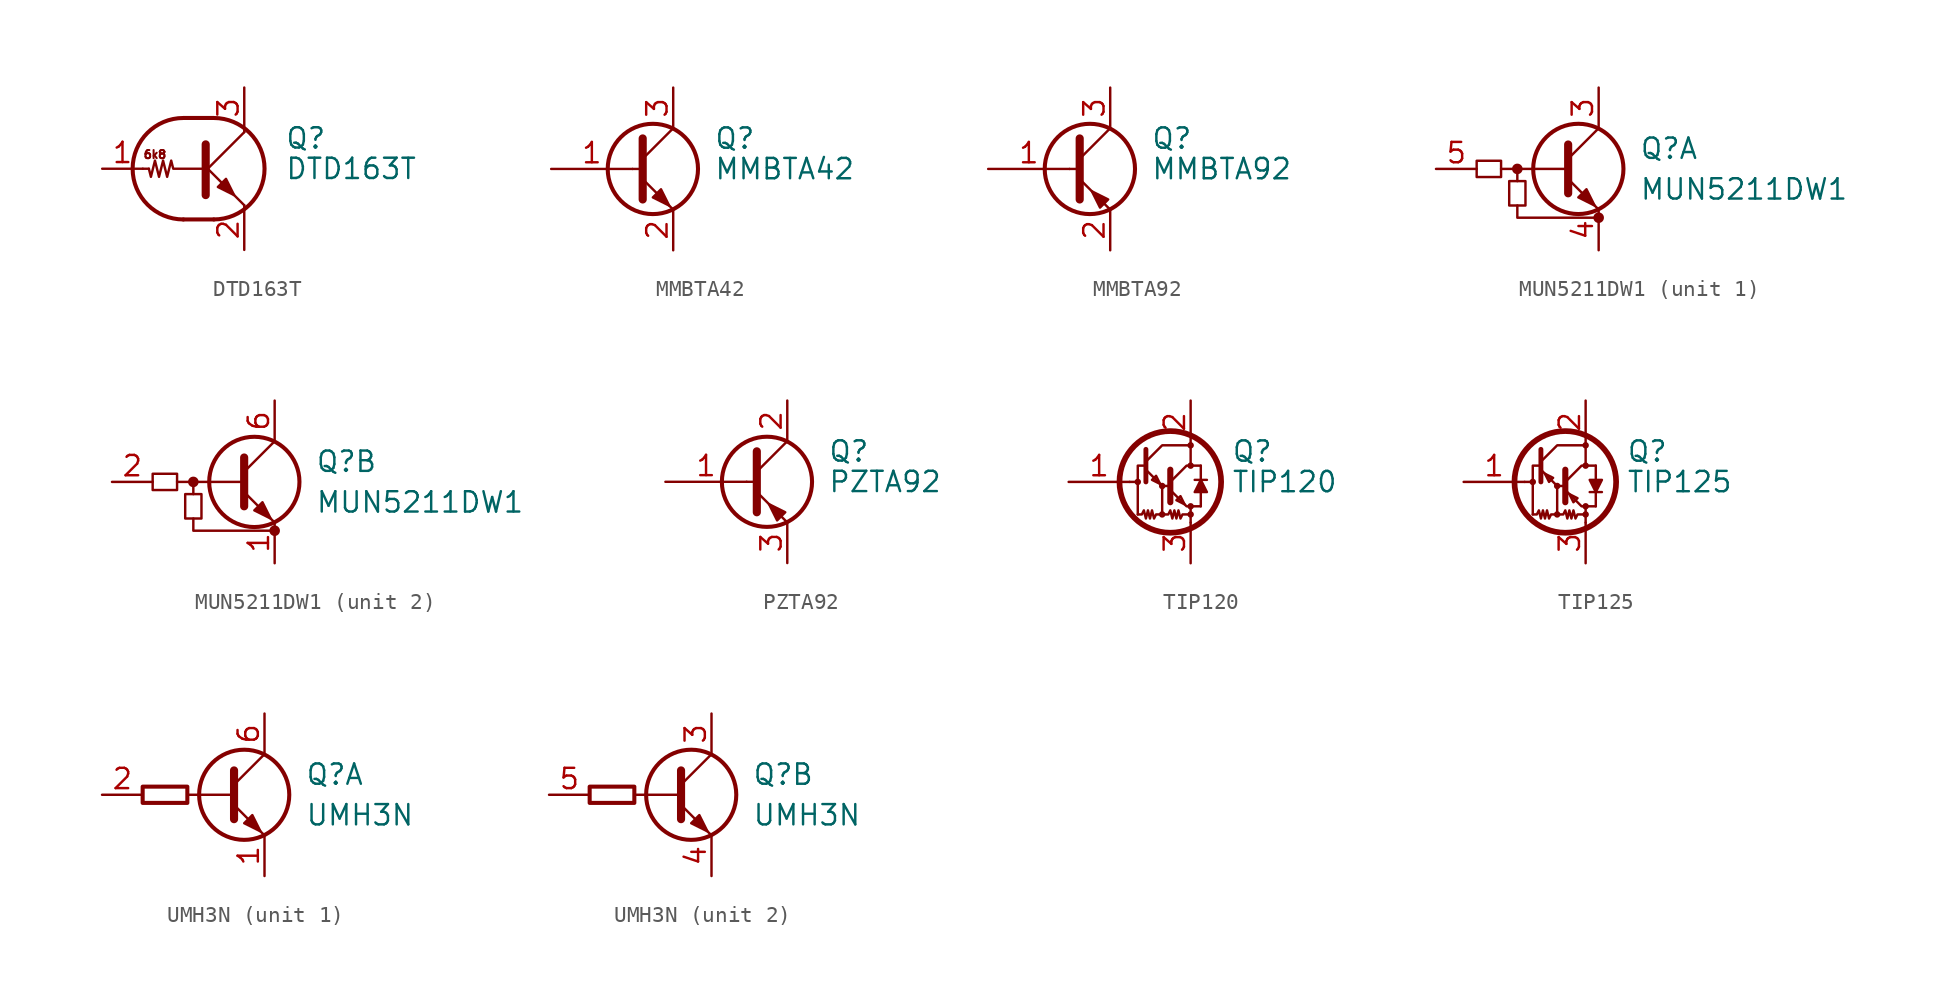
<source format=kicad_sym>
(kicad_symbol_lib
  (version 20201005)
  (generator kicad_symbol_editor)
  (symbol "DTD163T"
    (pin_names
      (offset 0) hide)
    (property "Reference" "Q"
      (at 5.08 1.905 0)
      (effects (font (size 1.27 1.27)) (justify left)))
    (property "Value" "DTD163T"
      (at 5.08 0 0)
      (effects (font (size 1.27 1.27)) (justify left)))
    (symbol "DTD163T_0_0"
      (text "6k8" (at -3.048 0.889 0) (effects (font (size 0.508 0.508))))
      (polyline (pts (xy 2.54 -2.286) (xy 2.54 -2.54)) (stroke (width 0)) (fill (type none))))
    (symbol "DTD163T_0_1"
      (arc (start -1.27 3.175) (end -1.27 -3.175) (radius (at -1.27 0) (length 3.175) (angles 90.1 -90.1)) (stroke (width 0.254)) (fill (type none)))
      (arc (start 0.635 -3.175) (end 0.635 3.175) (radius (at 0.635 0) (length 3.175) (angles -89.9 89.9)) (stroke (width 0.254)) (fill (type none)))
      (polyline (pts (xy -3.429 0) (xy -3.81 0)) (stroke (width 0)) (fill (type none)))
      (polyline (pts (xy -1.27 -3.175) (xy 0.635 -3.175)) (stroke (width 0.254)) (fill (type none)))
      (polyline (pts (xy -1.27 3.175) (xy 0.635 3.175)) (stroke (width 0.254)) (fill (type none)))
      (polyline (pts (xy 0 -0.254) (xy 2.54 2.286)) (stroke (width 0)) (fill (type none)))
      (polyline (pts (xy 2.54 2.286) (xy 2.54 2.54)) (stroke (width 0)) (fill (type none)))
      (polyline (pts (xy 2.54 -2.286) (xy 0 0.254) (xy 0 0.254)) (stroke (width 0)) (fill (type none)))
      (polyline (pts (xy 0 0) (xy -1.905 0) (xy -2.032 0.508) (xy -2.286 -0.508) (xy -2.54 0.508) (xy -2.794 -0.508) (xy -3.048 0.508) (xy -3.302 -0.508) (xy -3.429 0)) (stroke (width 0)) (fill (type none)))
      (polyline (pts (xy 0.127 1.524) (xy 0.127 -1.651)) (stroke (width 0.508)) (fill (type outline)))
      (polyline (pts (xy 0.889 -1.143) (xy 1.397 -0.635) (xy 1.905 -1.651) (xy 0.889 -1.143)) (stroke (width 0)) (fill (type outline))))
    (symbol "DTD163T_1_1"
      (pin input line (at -6.35 0 0) (length 2.54) (name "B" (effects (font (size 1.27 1.27)))) (number "1" (effects (font (size 1.27 1.27)))))
      (pin passive line (at 2.54 -5.08 90) (length 2.54) (name "E" (effects (font (size 1.27 1.27)))) (number "2" (effects (font (size 1.27 1.27)))))
      (pin passive line (at 2.54 5.08 270) (length 2.54) (name "C" (effects (font (size 1.27 1.27)))) (number "3" (effects (font (size 1.27 1.27)))))))
  (symbol "MMBTA42"
    (pin_names
      (offset 0) hide)
    (property "Reference" "Q"
      (at 5.08 1.905 0)
      (effects (font (size 1.27 1.27)) (justify left)))
    (property "Value" "MMBTA42"
      (at 5.08 0 0)
      (effects (font (size 1.27 1.27)) (justify left)))
    (symbol "MMBTA42_0_1"
      (circle (center 1.27 0) (radius 2.819) (stroke (width 0.254)) (fill (type none)))
      (polyline (pts (xy 0 0) (xy 0.635 0)) (stroke (width 0)) (fill (type none)))
      (polyline (pts (xy 0.635 0.635) (xy 2.54 2.54)) (stroke (width 0)) (fill (type none)))
      (polyline (pts (xy 0.635 -0.635) (xy 2.54 -2.54) (xy 2.54 -2.54)) (stroke (width 0)) (fill (type none)))
      (polyline (pts (xy 0.635 1.905) (xy 0.635 -1.905) (xy 0.635 -1.905)) (stroke (width 0.508)) (fill (type none)))
      (polyline (pts (xy 1.27 -1.778) (xy 1.778 -1.27) (xy 2.286 -2.286) (xy 1.27 -1.778) (xy 1.27 -1.778)) (stroke (width 0)) (fill (type outline))))
    (symbol "MMBTA42_1_1"
      (pin input line (at -5.08 0 0) (length 5.08) (name "B" (effects (font (size 1.27 1.27)))) (number "1" (effects (font (size 1.27 1.27)))))
      (pin passive line (at 2.54 -5.08 90) (length 2.54) (name "E" (effects (font (size 1.27 1.27)))) (number "2" (effects (font (size 1.27 1.27)))))
      (pin passive line (at 2.54 5.08 270) (length 2.54) (name "C" (effects (font (size 1.27 1.27)))) (number "3" (effects (font (size 1.27 1.27)))))))
  (symbol "MMBTA92"
    (pin_names
      (offset 0) hide)
    (property "Reference" "Q"
      (at 5.08 1.905 0)
      (effects (font (size 1.27 1.27)) (justify left)))
    (property "Value" "MMBTA92"
      (at 5.08 0 0)
      (effects (font (size 1.27 1.27)) (justify left)))
    (symbol "MMBTA92_0_1"
      (circle (center 1.27 0) (radius 2.819) (stroke (width 0.254)) (fill (type none)))
      (polyline (pts (xy 0 0) (xy 0.635 0)) (stroke (width 0)) (fill (type none)))
      (polyline (pts (xy 2.54 -2.54) (xy 0.635 -0.635)) (stroke (width 0)) (fill (type none)))
      (polyline (pts (xy 2.54 2.54) (xy 0.635 0.635)) (stroke (width 0)) (fill (type none)))
      (polyline (pts (xy 0.635 1.905) (xy 0.635 -1.905) (xy 0.635 -1.905)) (stroke (width 0.508)) (fill (type outline)))
      (polyline (pts (xy 1.905 -2.413) (xy 2.413 -1.905) (xy 1.397 -1.397) (xy 1.905 -2.413) (xy 1.905 -2.413)) (stroke (width 0)) (fill (type outline))))
    (symbol "MMBTA92_1_1"
      (pin input line (at -5.08 0 0) (length 5.08) (name "B" (effects (font (size 1.27 1.27)))) (number "1" (effects (font (size 1.27 1.27)))))
      (pin passive line (at 2.54 -5.08 90) (length 2.54) (name "E" (effects (font (size 1.27 1.27)))) (number "2" (effects (font (size 1.27 1.27)))))
      (pin passive line (at 2.54 5.08 270) (length 2.54) (name "C" (effects (font (size 1.27 1.27)))) (number "3" (effects (font (size 1.27 1.27)))))))
  (symbol "MUN5211DW1"
    (pin_names hide)
    (property "Reference" "Q"
      (at 3.81 1.27 0)
      (effects (font (size 1.27 1.27)) (justify left)))
    (property "Value" "MUN5211DW1"
      (at 3.81 -1.27 0)
      (effects (font (size 1.27 1.27)) (justify left)))
    (symbol "MUN5211DW1_0_1"
      (circle (center -3.81 0) (radius 0.254) (stroke (width 0)) (fill (type outline)))
      (circle (center 1.27 -3.048) (radius 0.254) (stroke (width 0)) (fill (type outline)))
      (rectangle (start -6.35 0.508) (end -4.826 -0.508) (stroke (width 0)) (fill (type none)))
      (rectangle (start -4.318 -2.286) (end -3.302 -0.762) (stroke (width 0)) (fill (type none)))
      (polyline (pts (xy -3.81 -0.762) (xy -3.81 0)) (stroke (width 0)) (fill (type none)))
      (polyline (pts (xy -0.762 0) (xy -4.826 0)) (stroke (width 0)) (fill (type none)))
      (polyline (pts (xy -0.635 1.524) (xy -0.635 -1.524)) (stroke (width 0.508)) (fill (type none)))
      (polyline (pts (xy -3.81 -2.286) (xy -3.81 -3.048) (xy 1.27 -3.048)) (stroke (width 0)) (fill (type none))))
    (symbol "MUN5211DW1_1_1"
      (circle (center 0 0) (radius 2.819) (stroke (width 0.254)) (fill (type none)))
      (polyline (pts (xy -0.635 0.635) (xy 1.27 2.54)) (stroke (width 0)) (fill (type none)))
      (polyline (pts (xy -0.635 -0.635) (xy 1.27 -2.54) (xy 1.27 -2.54)) (stroke (width 0)) (fill (type none)))
      (polyline (pts (xy 0 -1.778) (xy 0.508 -1.27) (xy 1.016 -2.286) (xy 0 -1.778) (xy 0 -1.778)) (stroke (width 0)) (fill (type outline)))
      (pin passive line (at 1.27 5.08 270) (length 2.54) (name "C1" (effects (font (size 1.27 1.27)))) (number "3" (effects (font (size 1.27 1.27)))))
      (pin passive line (at 1.27 -5.08 90) (length 2.54) (name "E1" (effects (font (size 1.27 1.27)))) (number "4" (effects (font (size 1.27 1.27)))))
      (pin input line (at -8.89 0 0) (length 2.54) (name "B1" (effects (font (size 1.27 1.27)))) (number "5" (effects (font (size 1.27 1.27))))))
    (symbol "MUN5211DW1_2_1"
      (circle (center 0 0) (radius 2.819) (stroke (width 0.254)) (fill (type none)))
      (polyline (pts (xy -0.635 0.635) (xy 1.27 2.54)) (stroke (width 0)) (fill (type none)))
      (polyline (pts (xy -0.635 -0.635) (xy 1.27 -2.54) (xy 1.27 -2.54)) (stroke (width 0)) (fill (type none)))
      (polyline (pts (xy 0 -1.778) (xy 0.508 -1.27) (xy 1.016 -2.286) (xy 0 -1.778) (xy 0 -1.778)) (stroke (width 0)) (fill (type outline)))
      (pin passive line (at 1.27 -5.08 90) (length 2.54) (name "E2" (effects (font (size 1.27 1.27)))) (number "1" (effects (font (size 1.27 1.27)))))
      (pin input line (at -8.89 0 0) (length 2.54) (name "B2" (effects (font (size 1.27 1.27)))) (number "2" (effects (font (size 1.27 1.27)))))
      (pin passive line (at 1.27 5.08 270) (length 2.54) (name "C2" (effects (font (size 1.27 1.27)))) (number "6" (effects (font (size 1.27 1.27)))))))
  (symbol "PZTA92"
    (pin_names
      (offset 0) hide)
    (property "Reference" "Q"
      (at 5.08 1.905 0)
      (effects (font (size 1.27 1.27)) (justify left)))
    (property "Value" "PZTA92"
      (at 5.08 0 0)
      (effects (font (size 1.27 1.27)) (justify left)))
    (symbol "PZTA92_0_1"
      (circle (center 1.27 0) (radius 2.819) (stroke (width 0.254)) (fill (type none)))
      (polyline (pts (xy 0 0) (xy 0.635 0)) (stroke (width 0)) (fill (type none)))
      (polyline (pts (xy 2.54 -2.54) (xy 0.635 -0.635)) (stroke (width 0)) (fill (type none)))
      (polyline (pts (xy 2.54 2.54) (xy 0.635 0.635)) (stroke (width 0)) (fill (type none)))
      (polyline (pts (xy 0.635 1.905) (xy 0.635 -1.905) (xy 0.635 -1.905)) (stroke (width 0.508)) (fill (type outline)))
      (polyline (pts (xy 1.905 -2.413) (xy 2.413 -1.905) (xy 1.397 -1.397) (xy 1.905 -2.413) (xy 1.905 -2.413)) (stroke (width 0)) (fill (type outline))))
    (symbol "PZTA92_1_1"
      (pin input line (at -5.08 0 0) (length 5.08) (name "B" (effects (font (size 1.27 1.27)))) (number "1" (effects (font (size 1.27 1.27)))))
      (pin passive line (at 2.54 5.08 270) (length 2.54) (name "C" (effects (font (size 1.27 1.27)))) (number "2" (effects (font (size 1.27 1.27)))))
      (pin passive line (at 2.54 -5.08 90) (length 2.54) (name "E" (effects (font (size 1.27 1.27)))) (number "3" (effects (font (size 1.27 1.27)))))))
  (symbol "TIP120"
    (pin_names
      (offset 0) hide)
    (property "Reference" "Q"
      (at 5.08 1.905 0)
      (effects (font (size 1.27 1.27)) (justify left)))
    (property "Value" "TIP120"
      (at 5.08 0 0)
      (effects (font (size 1.27 1.27)) (justify left)))
    (symbol "TIP120_0_1"
      (circle (center -0.762 0) (radius 0.127) (stroke (width 0)) (fill (type none)))
      (circle (center 0.762 -2.032) (radius 0.127) (stroke (width 0)) (fill (type none)))
      (circle (center 0.762 -0.254) (radius 0.127) (stroke (width 0)) (fill (type none)))
      (circle (center 1.27 0) (radius 3.175) (stroke (width 0.356)) (fill (type none)))
      (circle (center 2.54 -2.032) (radius 0.127) (stroke (width 0)) (fill (type none)))
      (circle (center 2.54 -1.524) (radius 0.127) (stroke (width 0)) (fill (type none)))
      (circle (center 2.54 1.016) (radius 0.127) (stroke (width 0)) (fill (type none)))
      (circle (center 2.54 2.286) (radius 0.127) (stroke (width 0)) (fill (type none)))
      (polyline (pts (xy -1.27 0) (xy -0.889 0)) (stroke (width 0)) (fill (type none)))
      (polyline (pts (xy 2.54 -2.032) (xy 2.54 -2.54)) (stroke (width 0)) (fill (type none)))
      (polyline (pts (xy 2.54 -1.524) (xy 3.175 -1.524)) (stroke (width 0)) (fill (type none)))
      (polyline (pts (xy 2.794 0.127) (xy 3.556 0.127)) (stroke (width 0)) (fill (type none)))
      (polyline (pts (xy 3.175 -0.635) (xy 3.175 -1.524)) (stroke (width 0)) (fill (type none)))
      (polyline (pts (xy 3.175 1.016) (xy 2.54 1.016)) (stroke (width 0)) (fill (type none)))
      (polyline (pts (xy 3.175 1.016) (xy 3.175 0.127)) (stroke (width 0)) (fill (type none)))
      (polyline (pts (xy -0.254 0.762) (xy 0.762 -0.254) (xy 1.27 -0.254)) (stroke (width 0)) (fill (type none)))
      (polyline (pts (xy -0.254 1.016) (xy -0.762 1.016) (xy -0.762 -2.032)) (stroke (width 0)) (fill (type none)))
      (polyline (pts (xy -0.254 1.27) (xy 0.762 2.286) (xy 2.54 2.286)) (stroke (width 0)) (fill (type none)))
      (polyline (pts (xy -0.254 2.032) (xy -0.254 0) (xy -0.254 0)) (stroke (width 0.305)) (fill (type none)))
      (polyline (pts (xy 1.27 0.762) (xy 1.27 -1.27) (xy 1.27 -1.27)) (stroke (width 0.381)) (fill (type none)))
      (polyline (pts (xy 0.635 -0.127) (xy 0.381 0.381) (xy 0.127 0.127) (xy 0.635 -0.127)) (stroke (width 0)) (fill (type none)))
      (polyline (pts (xy 1.27 -0.508) (xy 2.286 -1.524) (xy 2.54 -1.524) (xy 2.54 -2.032)) (stroke (width 0)) (fill (type none)))
      (polyline (pts (xy 1.27 0) (xy 2.286 1.016) (xy 2.54 1.016) (xy 2.54 2.286)) (stroke (width 0)) (fill (type none)))
      (polyline (pts (xy 2.159 -1.397) (xy 1.905 -0.889) (xy 1.651 -1.143) (xy 2.159 -1.397)) (stroke (width 0)) (fill (type none)))
      (polyline (pts (xy 0.762 -2.032) (xy 0.381 -2.032) (xy 0.254 -2.286) (xy 0.127 -1.778) (xy 0 -2.286) (xy -0.127 -1.778) (xy -0.254 -2.286) (xy -0.381 -1.778) (xy -0.508 -2.032) (xy -0.762 -2.032)) (stroke (width 0)) (fill (type none)))
      (polyline (pts (xy 0.762 -0.254) (xy 0.762 -2.032) (xy 1.143 -2.032) (xy 1.27 -1.778) (xy 1.397 -2.286) (xy 1.524 -1.778) (xy 1.651 -2.286) (xy 1.778 -1.778) (xy 1.905 -2.286) (xy 2.032 -2.032) (xy 2.54 -2.032)) (stroke (width 0)) (fill (type none)))
      (polyline (pts (xy 3.175 0.127) (xy 2.794 -0.635) (xy 3.556 -0.635) (xy 3.175 0.127)) (stroke (width 0)) (fill (type outline))))
    (symbol "TIP120_1_1"
      (pin input line (at -5.08 0 0) (length 3.81) (name "B" (effects (font (size 1.27 1.27)))) (number "1" (effects (font (size 1.27 1.27)))))
      (pin passive line (at 2.54 5.08 270) (length 2.667) (name "C" (effects (font (size 1.27 1.27)))) (number "2" (effects (font (size 1.27 1.27)))))
      (pin passive line (at 2.54 -5.08 90) (length 2.54) (name "E" (effects (font (size 1.27 1.27)))) (number "3" (effects (font (size 1.27 1.27)))))))
  (symbol "TIP125"
    (pin_names
      (offset 0) hide)
    (property "Reference" "Q"
      (at 5.08 1.905 0)
      (effects (font (size 1.27 1.27)) (justify left)))
    (property "Value" "TIP125"
      (at 5.08 0 0)
      (effects (font (size 1.27 1.27)) (justify left)))
    (symbol "TIP125_0_1"
      (circle (center -0.762 0) (radius 0.127) (stroke (width 0)) (fill (type none)))
      (circle (center 0.762 -2.032) (radius 0.127) (stroke (width 0)) (fill (type none)))
      (circle (center 0.762 -0.254) (radius 0.127) (stroke (width 0)) (fill (type none)))
      (circle (center 1.27 0) (radius 3.175) (stroke (width 0.356)) (fill (type none)))
      (circle (center 2.54 -2.032) (radius 0.127) (stroke (width 0)) (fill (type none)))
      (circle (center 2.54 -1.524) (radius 0.127) (stroke (width 0)) (fill (type none)))
      (circle (center 2.54 1.016) (radius 0.127) (stroke (width 0)) (fill (type none)))
      (circle (center 2.54 2.286) (radius 0.127) (stroke (width 0)) (fill (type none)))
      (polyline (pts (xy -1.27 0) (xy -0.889 0)) (stroke (width 0)) (fill (type none)))
      (polyline (pts (xy 2.54 -2.032) (xy 2.54 -2.54)) (stroke (width 0)) (fill (type none)))
      (polyline (pts (xy 2.54 -1.524) (xy 3.175 -1.524)) (stroke (width 0)) (fill (type none)))
      (polyline (pts (xy 2.794 -0.635) (xy 3.556 -0.635)) (stroke (width 0)) (fill (type none)))
      (polyline (pts (xy 3.175 -1.524) (xy 3.175 -0.635)) (stroke (width 0)) (fill (type none)))
      (polyline (pts (xy 3.175 0.127) (xy 3.175 1.016)) (stroke (width 0)) (fill (type none)))
      (polyline (pts (xy 3.175 1.016) (xy 2.54 1.016)) (stroke (width 0)) (fill (type none)))
      (polyline (pts (xy -0.254 0.762) (xy 0.762 -0.254) (xy 1.27 -0.254)) (stroke (width 0)) (fill (type none)))
      (polyline (pts (xy -0.254 1.016) (xy -0.762 1.016) (xy -0.762 -2.032)) (stroke (width 0)) (fill (type none)))
      (polyline (pts (xy -0.254 1.27) (xy 0.762 2.286) (xy 2.54 2.286)) (stroke (width 0)) (fill (type none)))
      (polyline (pts (xy -0.254 2.032) (xy -0.254 0) (xy -0.254 0)) (stroke (width 0.305)) (fill (type none)))
      (polyline (pts (xy 1.27 0.762) (xy 1.27 -1.27) (xy 1.27 -1.27)) (stroke (width 0.381)) (fill (type none)))
      (polyline (pts (xy 0 0.508) (xy 0.254 0) (xy 0.508 0.254) (xy 0 0.508)) (stroke (width 0)) (fill (type none)))
      (polyline (pts (xy 1.27 -0.508) (xy 2.286 -1.524) (xy 2.54 -1.524) (xy 2.54 -2.032)) (stroke (width 0)) (fill (type none)))
      (polyline (pts (xy 1.27 0) (xy 2.286 1.016) (xy 2.54 1.016) (xy 2.54 2.286)) (stroke (width 0)) (fill (type none)))
      (polyline (pts (xy 1.524 -0.762) (xy 1.778 -1.27) (xy 2.032 -1.016) (xy 1.524 -0.762)) (stroke (width 0)) (fill (type none)))
      (polyline (pts (xy 0.762 -2.032) (xy 0.381 -2.032) (xy 0.254 -2.286) (xy 0.127 -1.778) (xy 0 -2.286) (xy -0.127 -1.778) (xy -0.254 -2.286) (xy -0.381 -1.778) (xy -0.508 -2.032) (xy -0.762 -2.032)) (stroke (width 0)) (fill (type none)))
      (polyline (pts (xy 0.762 -0.254) (xy 0.762 -2.032) (xy 1.143 -2.032) (xy 1.27 -1.778) (xy 1.397 -2.286) (xy 1.524 -1.778) (xy 1.651 -2.286) (xy 1.778 -1.778) (xy 1.905 -2.286) (xy 2.032 -2.032) (xy 2.54 -2.032)) (stroke (width 0)) (fill (type none)))
      (polyline (pts (xy 3.175 -0.635) (xy 2.794 0.127) (xy 3.556 0.127) (xy 3.175 -0.635)) (stroke (width 0)) (fill (type outline))))
    (symbol "TIP125_1_1"
      (pin input line (at -5.08 0 0) (length 3.81) (name "B" (effects (font (size 1.27 1.27)))) (number "1" (effects (font (size 1.27 1.27)))))
      (pin passive line (at 2.54 5.08 270) (length 2.667) (name "C" (effects (font (size 1.27 1.27)))) (number "2" (effects (font (size 1.27 1.27)))))
      (pin passive line (at 2.54 -5.08 90) (length 2.54) (name "E" (effects (font (size 1.27 1.27)))) (number "3" (effects (font (size 1.27 1.27)))))))
  (symbol "UMH3N"
    (pin_names hide)
    (property "Reference" "Q"
      (at 7.62 1.27 0)
      (effects (font (size 1.27 1.27)) (justify left)))
    (property "Value" "UMH3N"
      (at 7.62 -1.27 0)
      (effects (font (size 1.27 1.27)) (justify left)))
    (symbol "UMH3N_0_1"
      (circle (center 3.81 0) (radius 2.819) (stroke (width 0.254)) (fill (type none)))
      (rectangle (start 0.254 0.508) (end -2.54 -0.508) (stroke (width 0.254)) (fill (type none)))
      (polyline (pts (xy 3.175 0) (xy 0.254 0)) (stroke (width 0)) (fill (type none)))
      (polyline (pts (xy 3.175 0.635) (xy 5.08 2.54)) (stroke (width 0)) (fill (type none)))
      (polyline (pts (xy 3.175 1.524) (xy 3.175 -1.524)) (stroke (width 0.508)) (fill (type none)))
      (polyline (pts (xy 3.175 -0.635) (xy 5.08 -2.54) (xy 5.08 -2.54)) (stroke (width 0)) (fill (type none)))
      (polyline (pts (xy 3.81 -1.778) (xy 4.318 -1.27) (xy 4.826 -2.286) (xy 3.81 -1.778) (xy 3.81 -1.778)) (stroke (width 0)) (fill (type outline))))
    (symbol "UMH3N_1_1"
      (pin passive line (at 5.08 -5.08 90) (length 2.54) (name "E1" (effects (font (size 1.27 1.27)))) (number "1" (effects (font (size 1.27 1.27)))))
      (pin input line (at -5.08 0 0) (length 2.54) (name "B1" (effects (font (size 1.27 1.27)))) (number "2" (effects (font (size 1.27 1.27)))))
      (pin passive line (at 5.08 5.08 270) (length 2.54) (name "C1" (effects (font (size 1.27 1.27)))) (number "6" (effects (font (size 1.27 1.27))))))
    (symbol "UMH3N_2_1"
      (pin passive line (at 5.08 5.08 270) (length 2.54) (name "C2" (effects (font (size 1.27 1.27)))) (number "3" (effects (font (size 1.27 1.27)))))
      (pin passive line (at 5.08 -5.08 90) (length 2.54) (name "E2" (effects (font (size 1.27 1.27)))) (number "4" (effects (font (size 1.27 1.27)))))
      (pin input line (at -5.08 0 0) (length 2.54) (name "B2" (effects (font (size 1.27 1.27)))) (number "5" (effects (font (size 1.27 1.27))))))))
</source>
